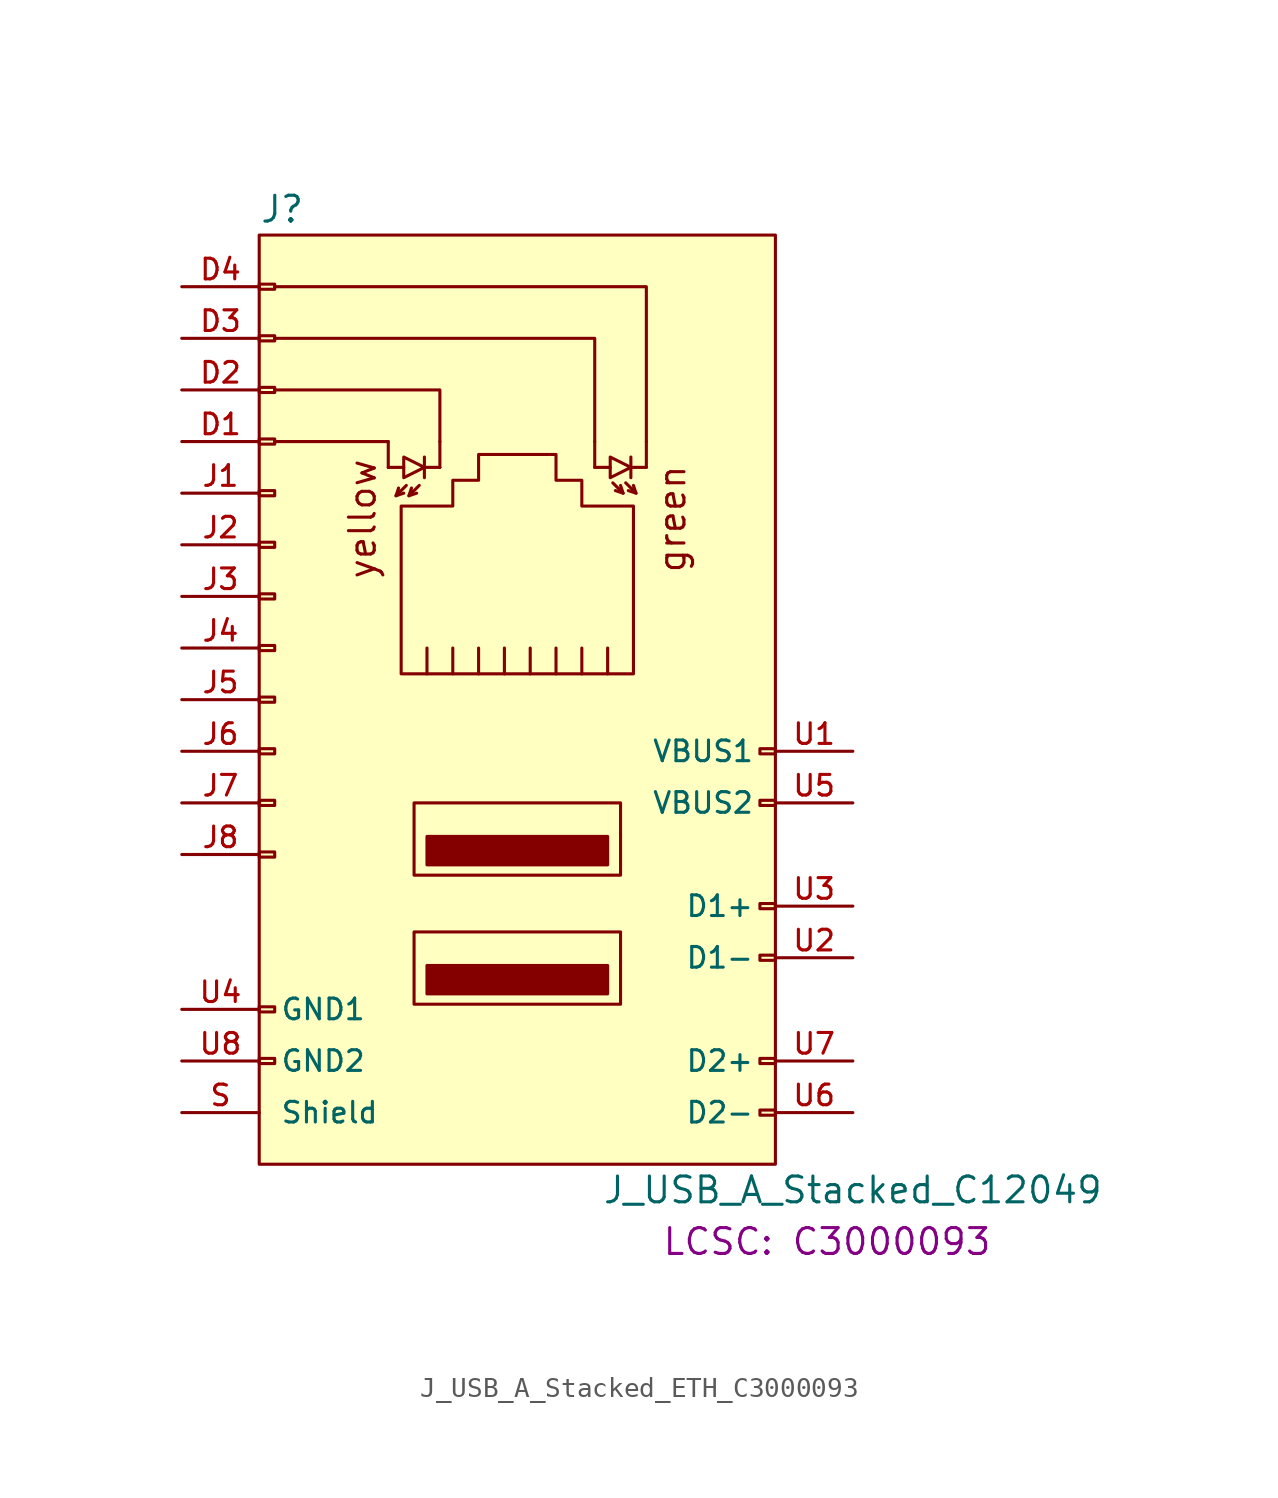
<source format=kicad_sym>
(kicad_symbol_lib
  (version 20220914)
  (generator kicad_symbol_editor)
  (symbol "J_USB_A_Stacked_ETH_C3000093"
    (pin_names
      (offset 1.016))
    (property "Reference" "J"
      (at -12.7 24.13 0)
      (effects (font (size 1.27 1.27)) (justify left)))
    (property "Value" "J_USB_A_Stacked_C12049"
      (at 16.51 -24.13 0)
      (effects (font (size 1.27 1.27))))
    (property "LCSC" "C3000093"
      (at 15.24 -26.67 0)
      (show_name)
      (effects (font (size 1.27 1.27))))
    (symbol "J_USB_A_Stacked_ETH_C3000093_0_1"
      (rectangle (start -12.7 -15.113) (end -11.938 -15.367) (stroke (width 0) (type default)) (fill (type none)))
      (rectangle (start -12.7 -7.747) (end -11.938 -7.493) (stroke (width 0) (type default)) (fill (type none)))
      (rectangle (start -12.7 -5.207) (end -11.938 -4.953) (stroke (width 0) (type default)) (fill (type none)))
      (rectangle (start -12.7 -2.667) (end -11.938 -2.413) (stroke (width 0) (type default)) (fill (type none)))
      (rectangle (start -12.7 -0.127) (end -11.938 0.127) (stroke (width 0) (type default)) (fill (type none)))
      (rectangle (start -12.7 2.413) (end -11.938 2.667) (stroke (width 0) (type default)) (fill (type none)))
      (rectangle (start -12.7 4.953) (end -11.938 5.207) (stroke (width 0) (type default)) (fill (type none)))
      (rectangle (start -12.7 7.493) (end -11.938 7.747) (stroke (width 0) (type default)) (fill (type none)))
      (rectangle (start -12.7 10.033) (end -11.938 10.287) (stroke (width 0) (type default)) (fill (type none)))
      (rectangle (start -12.7 12.573) (end -11.938 12.827) (stroke (width 0) (type default)) (fill (type none)))
      (rectangle (start -12.7 15.113) (end -11.938 15.367) (stroke (width 0) (type default)) (fill (type none)))
      (rectangle (start -12.7 17.907) (end -11.938 17.653) (stroke (width 0) (type default)) (fill (type none)))
      (rectangle (start -12.7 20.193) (end -11.938 20.447) (stroke (width 0) (type default)) (fill (type none)))
      (rectangle (start -11.938 -17.653) (end -12.7 -17.907) (stroke (width 0) (type default)) (fill (type none)))
      (rectangle (start -5.08 -11.43) (end 5.08 -14.986) (stroke (width 0) (type default)) (fill (type none)))
      (rectangle (start -5.08 -5.08) (end 5.08 -8.636) (stroke (width 0) (type default)) (fill (type none)))
      (rectangle (start -4.445 -13.081) (end 4.445 -14.478) (stroke (width 0) (type default)) (fill (type outline)))
      (rectangle (start -4.445 -6.731) (end 4.445 -8.128) (stroke (width 0) (type default)) (fill (type outline)))
      (polyline (pts (xy -11.938 12.7) (xy -6.35 12.7)) (stroke (width 0) (type default)) (fill (type none)))
      (polyline (pts (xy -6.35 11.43) (xy -5.588 11.43)) (stroke (width 0) (type default)) (fill (type none)))
      (polyline (pts (xy -6.35 12.7) (xy -6.35 11.43)) (stroke (width 0) (type default)) (fill (type none)))
      (polyline (pts (xy -5.969 10.033) (xy -5.588 10.16)) (stroke (width 0) (type default)) (fill (type none)))
      (polyline (pts (xy -5.334 10.033) (xy -4.953 10.16)) (stroke (width 0) (type default)) (fill (type none)))
      (polyline (pts (xy -4.572 11.938) (xy -4.572 10.922)) (stroke (width 0) (type default)) (fill (type none)))
      (polyline (pts (xy -4.445 2.54) (xy -4.445 1.27)) (stroke (width 0) (type default)) (fill (type none)))
      (polyline (pts (xy -3.81 11.43) (xy -4.572 11.43)) (stroke (width 0) (type default)) (fill (type none)))
      (polyline (pts (xy -3.81 12.7) (xy -3.81 11.43)) (stroke (width 0) (type default)) (fill (type none)))
      (polyline (pts (xy -3.175 2.54) (xy -3.175 1.27)) (stroke (width 0) (type default)) (fill (type none)))
      (polyline (pts (xy 3.81 11.43) (xy 3.81 12.7)) (stroke (width 0) (type default)) (fill (type none)))
      (polyline (pts (xy 3.81 11.43) (xy 4.572 11.43)) (stroke (width 0) (type default)) (fill (type none)))
      (polyline (pts (xy 5.207 10.16) (xy 4.826 10.287)) (stroke (width 0) (type default)) (fill (type none)))
      (polyline (pts (xy 5.588 11.938) (xy 5.588 10.922)) (stroke (width 0) (type default)) (fill (type none)))
      (polyline (pts (xy 5.842 10.16) (xy 5.461 10.287)) (stroke (width 0) (type default)) (fill (type none)))
      (polyline (pts (xy 6.35 11.43) (xy 5.588 11.43)) (stroke (width 0) (type default)) (fill (type none)))
      (polyline (pts (xy 6.35 11.43) (xy 6.35 12.7)) (stroke (width 0) (type default)) (fill (type none)))
      (polyline (pts (xy -11.938 15.24) (xy -3.81 15.24) (xy -3.81 12.7)) (stroke (width 0) (type default)) (fill (type none)))
      (polyline (pts (xy -11.938 17.78) (xy 3.81 17.78) (xy 3.81 12.7)) (stroke (width 0) (type default)) (fill (type none)))
      (polyline (pts (xy -11.938 20.32) (xy 6.35 20.32) (xy 6.35 12.7)) (stroke (width 0) (type default)) (fill (type none)))
      (polyline (pts (xy -5.461 10.541) (xy -5.969 10.033) (xy -5.842 10.414)) (stroke (width 0) (type default)) (fill (type none)))
      (polyline (pts (xy -4.826 10.541) (xy -5.334 10.033) (xy -5.207 10.414)) (stroke (width 0) (type default)) (fill (type none)))
      (polyline (pts (xy -1.905 2.54) (xy -1.905 1.27) (xy -1.905 1.27)) (stroke (width 0) (type default)) (fill (type none)))
      (polyline (pts (xy -0.635 1.27) (xy -0.635 2.54) (xy -0.635 2.54)) (stroke (width 0) (type default)) (fill (type none)))
      (polyline (pts (xy 0.635 1.27) (xy 0.635 2.54) (xy 0.635 2.54)) (stroke (width 0) (type default)) (fill (type none)))
      (polyline (pts (xy 1.905 1.27) (xy 1.905 2.54) (xy 1.905 2.54)) (stroke (width 0) (type default)) (fill (type none)))
      (polyline (pts (xy 3.175 1.27) (xy 3.175 2.54) (xy 3.175 2.54)) (stroke (width 0) (type default)) (fill (type none)))
      (polyline (pts (xy 4.445 1.27) (xy 4.445 2.54) (xy 4.445 2.54)) (stroke (width 0) (type default)) (fill (type none)))
      (polyline (pts (xy 4.699 10.668) (xy 5.207 10.16) (xy 5.08 10.541)) (stroke (width 0) (type default)) (fill (type none)))
      (polyline (pts (xy 5.334 10.668) (xy 5.842 10.16) (xy 5.715 10.541)) (stroke (width 0) (type default)) (fill (type none)))
      (polyline (pts (xy -4.572 11.43) (xy -5.588 11.938) (xy -5.588 10.922) (xy -4.572 11.43)) (stroke (width 0) (type default)) (fill (type none)))
      (polyline (pts (xy 5.588 11.43) (xy 4.572 11.938) (xy 4.572 10.922) (xy 5.588 11.43)) (stroke (width 0) (type default)) (fill (type none)))
      (polyline (pts (xy 5.715 1.27) (xy -5.715 1.27) (xy -5.715 9.525) (xy -3.175 9.525) (xy -3.175 10.795) (xy -1.905 10.795) (xy -1.905 12.065) (xy 1.905 12.065) (xy 1.905 10.795) (xy 3.175 10.795) (xy 3.175 9.525) (xy 5.715 9.525) (xy 5.715 1.27) (xy 5.715 1.27)) (stroke (width 0) (type default)) (fill (type none)))
      (rectangle (start 11.938 -20.193) (end 12.7 -20.447) (stroke (width 0) (type default)) (fill (type none)))
      (rectangle (start 11.938 -17.653) (end 12.7 -17.907) (stroke (width 0) (type default)) (fill (type none)))
      (rectangle (start 11.938 -2.413) (end 12.7 -2.667) (stroke (width 0) (type default)) (fill (type none)))
      (rectangle (start 12.7 -12.573) (end 11.938 -12.827) (stroke (width 0) (type default)) (fill (type none)))
      (rectangle (start 12.7 -10.033) (end 11.938 -10.287) (stroke (width 0) (type default)) (fill (type none)))
      (rectangle (start 12.7 -4.953) (end 11.938 -5.207) (stroke (width 0) (type default)) (fill (type none))))
    (symbol "J_USB_A_Stacked_ETH_C3000093_1_1"
      (rectangle (start -12.7 22.86) (end 12.7 -22.86) (stroke (width 0) (type default)) (fill (type background)))
      (text "green" (at 7.62 8.89 900) (effects (font (size 1.27 1.27))))
      (text "yellow" (at -7.62 8.89 900) (effects (font (size 1.27 1.27))))
      (pin passive line (at -16.51 12.7 0) (length 3.81) (name "~" (effects (font (size 1.016 1.016)))) (number "D1" (effects (font (size 1.016 1.016)))))
      (pin passive line (at -16.51 15.24 0) (length 3.81) (name "~" (effects (font (size 1.016 1.016)))) (number "D2" (effects (font (size 1.016 1.016)))))
      (pin passive line (at -16.51 17.78 0) (length 3.81) (name "~" (effects (font (size 1.016 1.016)))) (number "D3" (effects (font (size 1.016 1.016)))))
      (pin passive line (at -16.51 20.32 0) (length 3.81) (name "~" (effects (font (size 1.016 1.016)))) (number "D4" (effects (font (size 1.016 1.016)))))
      (pin passive line (at -16.51 10.16 0) (length 3.81) (name "~" (effects (font (size 1.016 1.016)))) (number "J1" (effects (font (size 1.016 1.016)))))
      (pin passive line (at -16.51 7.62 0) (length 3.81) (name "~" (effects (font (size 1.016 1.016)))) (number "J2" (effects (font (size 1.016 1.016)))))
      (pin passive line (at -16.51 5.08 0) (length 3.81) (name "~" (effects (font (size 1.016 1.016)))) (number "J3" (effects (font (size 1.016 1.016)))))
      (pin passive line (at -16.51 2.54 0) (length 3.81) (name "~" (effects (font (size 1.016 1.016)))) (number "J4" (effects (font (size 1.016 1.016)))))
      (pin passive line (at -16.51 0 0) (length 3.81) (name "~" (effects (font (size 1.016 1.016)))) (number "J5" (effects (font (size 1.016 1.016)))))
      (pin passive line (at -16.51 -2.54 0) (length 3.81) (name "~" (effects (font (size 1.016 1.016)))) (number "J6" (effects (font (size 1.016 1.016)))))
      (pin passive line (at -16.51 -5.08 0) (length 3.81) (name "~" (effects (font (size 1.016 1.016)))) (number "J7" (effects (font (size 1.016 1.016)))))
      (pin passive line (at -16.51 -7.62 0) (length 3.81) (name "~" (effects (font (size 1.016 1.016)))) (number "J8" (effects (font (size 1.016 1.016)))))
      (pin passive line (at -16.51 -20.32 0) (length 3.81) (name "Shield" (effects (font (size 1.016 1.016)))) (number "S" (effects (font (size 1.016 1.016)))))
      (pin power_in line (at 16.51 -2.54 180) (length 3.81) (name "VBUS1" (effects (font (size 1.016 1.016)))) (number "U1" (effects (font (size 1.016 1.016)))))
      (pin bidirectional line (at 16.51 -12.7 180) (length 3.81) (name "D1-" (effects (font (size 1.016 1.016)))) (number "U2" (effects (font (size 1.016 1.016)))))
      (pin bidirectional line (at 16.51 -10.16 180) (length 3.81) (name "D1+" (effects (font (size 1.016 1.016)))) (number "U3" (effects (font (size 1.016 1.016)))))
      (pin power_in line (at -16.51 -15.24 0) (length 3.81) (name "GND1" (effects (font (size 1.016 1.016)))) (number "U4" (effects (font (size 1.016 1.016)))))
      (pin power_in line (at 16.51 -5.08 180) (length 3.81) (name "VBUS2" (effects (font (size 1.016 1.016)))) (number "U5" (effects (font (size 1.016 1.016)))))
      (pin bidirectional line (at 16.51 -20.32 180) (length 3.81) (name "D2-" (effects (font (size 1.016 1.016)))) (number "U6" (effects (font (size 1.016 1.016)))))
      (pin bidirectional line (at 16.51 -17.78 180) (length 3.81) (name "D2+" (effects (font (size 1.016 1.016)))) (number "U7" (effects (font (size 1.016 1.016)))))
      (pin power_in line (at -16.51 -17.78 0) (length 3.81) (name "GND2" (effects (font (size 1.016 1.016)))) (number "U8" (effects (font (size 1.016 1.016))))))))
</source>
